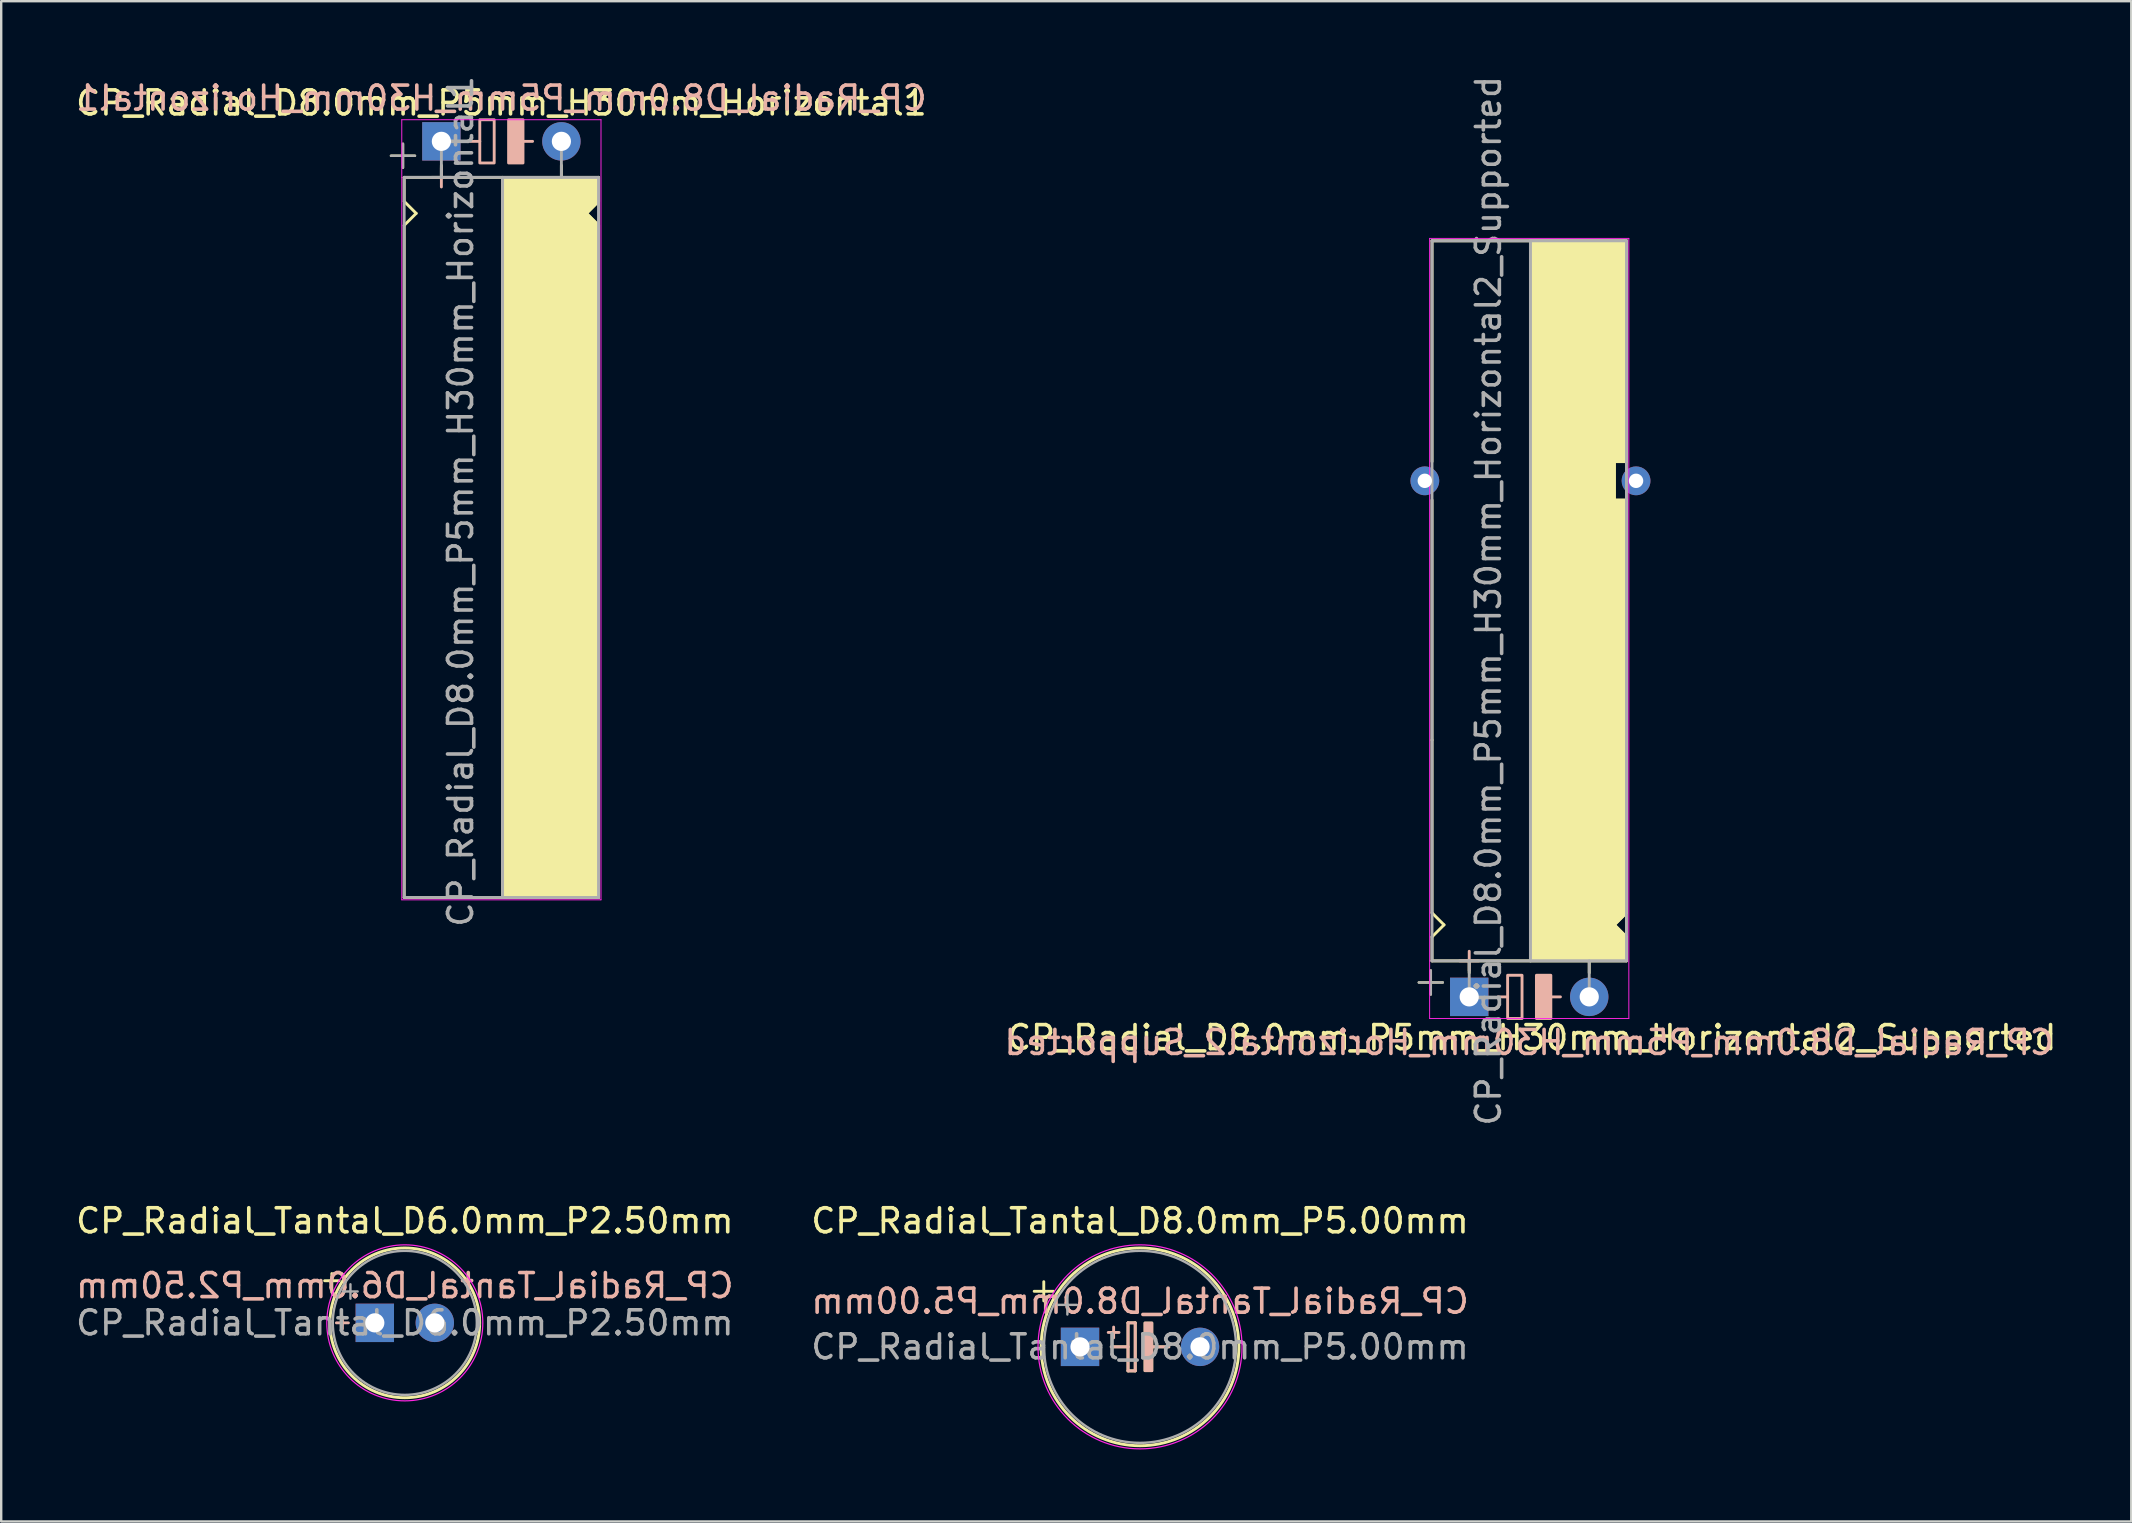
<source format=kicad_pcb>
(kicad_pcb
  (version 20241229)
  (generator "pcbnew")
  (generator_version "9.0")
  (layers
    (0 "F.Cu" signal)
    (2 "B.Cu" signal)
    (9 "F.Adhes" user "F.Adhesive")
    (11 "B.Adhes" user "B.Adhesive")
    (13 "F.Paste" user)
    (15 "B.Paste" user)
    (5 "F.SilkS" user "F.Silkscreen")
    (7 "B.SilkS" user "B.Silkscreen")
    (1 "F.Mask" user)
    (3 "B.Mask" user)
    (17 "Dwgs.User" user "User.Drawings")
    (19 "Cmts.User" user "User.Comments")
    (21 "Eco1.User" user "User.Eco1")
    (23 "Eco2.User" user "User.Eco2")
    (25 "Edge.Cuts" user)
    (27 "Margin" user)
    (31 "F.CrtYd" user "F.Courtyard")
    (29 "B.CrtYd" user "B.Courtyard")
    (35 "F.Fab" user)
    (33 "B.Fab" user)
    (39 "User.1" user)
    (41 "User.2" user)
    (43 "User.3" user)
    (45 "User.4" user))
  (footprint "CP_Radial_Tantal_D8.0mm_P5.00mm"
    (layer "F.Cu")
    (at 41.946 53.063)
    (property "Reference" "CP_Radial_Tantal_D8.0mm_P5.00mm" (at 2.5 -5.25 0) (layer "F.SilkS") (effects (font (size 1 1) (thickness 0.15))))
    (fp_line (start -1.91 -2.315) (end -1.11 -2.315) (stroke (width 0.12) (type solid)) (layer "F.SilkS"))
    (fp_line (start -1.51 -2.715) (end -1.51 -1.915) (stroke (width 0.12) (type solid)) (layer "F.SilkS"))
    (fp_line (start 1.3 0) (end 2 0) (stroke (width 0.12) (type solid)) (layer "F.SilkS"))
    (fp_line (start 2 -1) (end 2.3 -1) (stroke (width 0.12) (type solid)) (layer "F.SilkS"))
    (fp_line (start 2 1) (end 2 -1) (stroke (width 0.12) (type solid)) (layer "F.SilkS"))
    (fp_line (start 2.3 -1) (end 2.3 1) (stroke (width 0.12) (type solid)) (layer "F.SilkS"))
    (fp_line (start 2.3 1) (end 2 1) (stroke (width 0.12) (type solid)) (layer "F.SilkS"))
    (fp_line (start 3.7 0) (end 3 0) (stroke (width 0.12) (type solid)) (layer "F.SilkS"))
    (fp_circle (center 2.5 0) (end 6.62 0) (stroke (width 0.12) (type solid)) (fill no) (layer "F.SilkS"))
    (fp_poly (pts (xy 3 1) (xy 2.7 1) (xy 2.7 -1) (xy 3 -1)) (stroke (width 0.1) (type solid)) (fill yes) (layer "F.SilkS"))
    (fp_line (start 1.3 0) (end 2 0) (stroke (width 0.12) (type solid)) (layer "B.SilkS"))
    (fp_line (start 1.4 -0.825) (end 1.4 -0.375) (stroke (width 0.12) (type solid)) (layer "B.SilkS"))
    (fp_line (start 1.625 -0.6) (end 1.175 -0.6) (stroke (width 0.12) (type solid)) (layer "B.SilkS"))
    (fp_line (start 2 -1) (end 2.3 -1) (stroke (width 0.12) (type solid)) (layer "B.SilkS"))
    (fp_line (start 2 1) (end 2 -1) (stroke (width 0.12) (type solid)) (layer "B.SilkS"))
    (fp_line (start 2.3 -1) (end 2.3 1) (stroke (width 0.12) (type solid)) (layer "B.SilkS"))
    (fp_line (start 2.3 1) (end 2 1) (stroke (width 0.12) (type solid)) (layer "B.SilkS"))
    (fp_line (start 3.7 0) (end 3 0) (stroke (width 0.12) (type solid)) (layer "B.SilkS"))
    (fp_poly (pts (xy 3 1) (xy 2.7 1) (xy 2.7 -1) (xy 3 -1)) (stroke (width 0.1) (type solid)) (fill yes) (layer "B.SilkS"))
    (fp_circle (center 2.5 0) (end 6.75 0) (stroke (width 0.05) (type solid)) (fill no) (layer "F.CrtYd"))
    (fp_line (start -0.927 -1.748) (end -0.127 -1.748) (stroke (width 0.1) (type solid)) (layer "F.Fab"))
    (fp_line (start -0.527 -2.147) (end -0.527 -1.347) (stroke (width 0.1) (type solid)) (layer "F.Fab"))
    (fp_circle (center 2.5 0) (end 6.5 0) (stroke (width 0.1) (type solid)) (fill no) (layer "F.Fab"))
    (fp_text user "${REFERENCE}" (at 2.5 -1.9 0) (layer "B.SilkS") (effects (font (size 1 1) (thickness 0.15)) (justify mirror)))
    (fp_text user "${REFERENCE}" (at 2.5 0 0) (layer "F.Fab") (effects (font (size 1 1) (thickness 0.15))))
    (pad "1" thru_hole rect (at 0 0) (size 1.6 1.6) (drill 0.8) (layers "*.Cu" "*.Mask"))
    (pad "2" thru_hole circle (at 5 0) (size 1.6 1.6) (drill 0.8) (layers "*.Cu" "*.Mask")))
  (footprint "CP_Radial_Tantal_D6.0mm_P2.50mm"
    (layer "F.Cu")
    (at 12.565 52.063)
    (property "Reference" "CP_Radial_Tantal_D6.0mm_P2.50mm" (at 1.25 -4.25 0) (layer "F.SilkS") (effects (font (size 1 1) (thickness 0.15))))
    (fp_line (start -2.09 -1.755) (end -1.49 -1.755) (stroke (width 0.12) (type solid)) (layer "F.SilkS"))
    (fp_line (start -1.79 -2.055) (end -1.79 -1.455) (stroke (width 0.12) (type solid)) (layer "F.SilkS"))
    (fp_circle (center 1.25 0) (end 4.37 0) (stroke (width 0.12) (type solid)) (fill no) (layer "F.SilkS"))
    (fp_line (start -1.35 -0.25) (end -1.35 0.25) (stroke (width 0.12) (type solid)) (layer "B.SilkS"))
    (fp_line (start -1.1 0) (end -1.6 0) (stroke (width 0.12) (type solid)) (layer "B.SilkS"))
    (fp_circle (center 1.25 0) (end 4.5 0) (stroke (width 0.05) (type solid)) (fill no) (layer "F.CrtYd"))
    (fp_line (start -1.315 -1.308) (end -0.715 -1.308) (stroke (width 0.1) (type solid)) (layer "F.Fab"))
    (fp_line (start -1.015 -1.607) (end -1.015 -1.008) (stroke (width 0.1) (type solid)) (layer "F.Fab"))
    (fp_circle (center 1.25 0) (end 4.25 0) (stroke (width 0.1) (type solid)) (fill no) (layer "F.Fab"))
    (fp_text user "${REFERENCE}" (at 1.25 -1.55 0) (layer "B.SilkS") (effects (font (size 1 1) (thickness 0.15)) (justify mirror)))
    (fp_text user "${REFERENCE}" (at 1.25 0 0) (layer "F.Fab") (effects (font (size 1 1) (thickness 0.15))))
    (pad "1" thru_hole rect (at 0 0) (size 1.6 1.6) (drill 0.8) (layers "*.Cu" "*.Mask"))
    (pad "2" thru_hole circle (at 2.5 0) (size 1.6 1.6) (drill 0.8) (layers "*.Cu" "*.Mask")))
  (footprint "CP_Radial_D8.0mm_P5mm_H30mm_Horizontal2_Supported"
    (layer "F.Cu")
    (at 58.961 38.482)
    (property "Reference" "CP_Radial_D8.0mm_P5mm_H30mm_Horizontal2_Supported" (at 1.8 1.7 0) (layer "F.SilkS") (effects (font (size 1 1) (thickness 0.15))))
    (fp_line (start -2.9 -0.6) (end -1.9 -0.6) (stroke (width 0.1) (type solid)) (layer "F.SilkS"))
    (fp_line (start -2.4 -0.1) (end -2.4 -1.1) (stroke (width 0.1) (type solid)) (layer "F.SilkS"))
    (fp_line (start -2.35 -31.5) (end 5.65 -31.5) (stroke (width 0.12) (type solid)) (layer "F.SilkS"))
    (fp_line (start -2.35 -22.3) (end -2.35 -31.5) (stroke (width 0.12) (type solid)) (layer "F.SilkS"))
    (fp_line (start -2.35 -10.7) (end -2.35 -20.7) (stroke (width 0.12) (type solid)) (layer "F.SilkS"))
    (fp_line (start -2.35 -10.7) (end -2.35 -3.5) (stroke (width 0.12) (type solid)) (layer "F.SilkS"))
    (fp_line (start -2.35 -2.5) (end -1.85 -3) (stroke (width 0.12) (type solid)) (layer "F.SilkS"))
    (fp_line (start -2.35 -1.5) (end -2.35 -2.5) (stroke (width 0.12) (type solid)) (layer "F.SilkS"))
    (fp_line (start -2.35 -1.5) (end 5.75 -1.5) (stroke (width 0.12) (type solid)) (layer "F.SilkS"))
    (fp_line (start -1.85 -3) (end -2.35 -3.5) (stroke (width 0.12) (type solid)) (layer "F.SilkS"))
    (fp_line (start -0.8 -1) (end -0.8 -1.5) (stroke (width 0.12) (type solid)) (layer "F.SilkS"))
    (fp_line (start 1.75 -31.5) (end 1.75 -1.5) (stroke (width 0.12) (type solid)) (layer "F.SilkS"))
    (fp_line (start 4.2 -1) (end 4.2 -1.5) (stroke (width 0.12) (type solid)) (layer "F.SilkS"))
    (fp_line (start 5.25 -22.3) (end 5.75 -22.3) (stroke (width 0.12) (type solid)) (layer "F.SilkS"))
    (fp_line (start 5.25 -20.7) (end 5.25 -22.3) (stroke (width 0.12) (type solid)) (layer "F.SilkS"))
    (fp_line (start 5.25 -3) (end 5.75 -2.5) (stroke (width 0.12) (type solid)) (layer "F.SilkS"))
    (fp_line (start 5.75 -31.5) (end 5.65 -31.5) (stroke (width 0.12) (type solid)) (layer "F.SilkS"))
    (fp_line (start 5.75 -22.3) (end 5.75 -31.5) (stroke (width 0.12) (type solid)) (layer "F.SilkS"))
    (fp_line (start 5.75 -20.7) (end 5.25 -20.7) (stroke (width 0.12) (type solid)) (layer "F.SilkS"))
    (fp_line (start 5.75 -20.7) (end 5.75 -10.7) (stroke (width 0.12) (type solid)) (layer "F.SilkS"))
    (fp_line (start 5.75 -10.7) (end 5.75 -3.5) (stroke (width 0.12) (type solid)) (layer "F.SilkS"))
    (fp_line (start 5.75 -3.5) (end 5.25 -3) (stroke (width 0.12) (type solid)) (layer "F.SilkS"))
    (fp_line (start 5.75 -2.5) (end 5.75 -1.5) (stroke (width 0.12) (type solid)) (layer "F.SilkS"))
    (fp_poly (pts (xy 5.75 -2.5) (xy 5.25 -3) (xy 5.75 -3.5) (xy 5.75 -20.7) (xy 5.25 -20.7) (xy 5.25 -22.3) (xy 5.75 -22.3) (xy 5.75 -31.5) (xy 1.75 -31.5) (xy 1.75 -1.5) (xy 5.75 -1.5)) (stroke (width 0.1) (type solid)) (fill yes) (layer "F.SilkS"))
    (fp_line (start -0.8 -1.9) (end -0.8 -1.1) (stroke (width 0.12) (type solid)) (layer "B.SilkS"))
    (fp_line (start -0.4 -1.5) (end -1.2 -1.5) (stroke (width 0.12) (type solid)) (layer "B.SilkS"))
    (fp_line (start 0.8 0) (end 0.4 0) (stroke (width 0.12) (type solid)) (layer "B.SilkS"))
    (fp_line (start 3 0) (end 2.6 0) (stroke (width 0.12) (type solid)) (layer "B.SilkS"))
    (fp_rect (start 1.4 -0.9) (end 0.8 0.9) (stroke (width 0.12) (type solid)) (fill no) (layer "B.SilkS"))
    (fp_rect (start 2.6 -0.9) (end 2 0.9) (stroke (width 0.12) (type solid)) (fill yes) (layer "B.SilkS"))
    (fp_line (start -2.45 -31.6) (end -2.45 -1.5) (stroke (width 0.04) (type solid)) (layer "F.CrtYd"))
    (fp_line (start -2.45 -1.5) (end -2.45 0.9) (stroke (width 0.04) (type solid)) (layer "F.CrtYd"))
    (fp_line (start -2.45 0.9) (end 5.85 0.9) (stroke (width 0.04) (type solid)) (layer "F.CrtYd"))
    (fp_line (start 5.85 -31.6) (end -2.45 -31.6) (stroke (width 0.04) (type solid)) (layer "F.CrtYd"))
    (fp_line (start 5.85 0.9) (end 5.85 -31.6) (stroke (width 0.04) (type solid)) (layer "F.CrtYd"))
    (fp_line (start -2.9 -0.6) (end -1.9 -0.6) (stroke (width 0.1) (type solid)) (layer "F.Fab"))
    (fp_line (start -2.4 -0.1) (end -2.4 -1.1) (stroke (width 0.1) (type solid)) (layer "F.Fab"))
    (fp_line (start -2.35 -31.5) (end -2.35 -1.5) (stroke (width 0.12) (type solid)) (layer "F.Fab"))
    (fp_line (start -2.35 -1.5) (end 5.75 -1.5) (stroke (width 0.12) (type solid)) (layer "F.Fab"))
    (fp_line (start -0.8 -1.5) (end -0.8 0) (stroke (width 0.12) (type solid)) (layer "F.Fab"))
    (fp_line (start 1.75 -1.5) (end 1.75 -31.5) (stroke (width 0.12) (type solid)) (layer "F.Fab"))
    (fp_line (start 4.2 -1.5) (end 4.2 0) (stroke (width 0.12) (type solid)) (layer "F.Fab"))
    (fp_line (start 5.75 -31.5) (end -2.35 -31.5) (stroke (width 0.12) (type solid)) (layer "F.Fab"))
    (fp_line (start 5.75 -1.5) (end 5.75 -31.5) (stroke (width 0.12) (type solid)) (layer "F.Fab"))
    (fp_poly (pts (xy 5.75 -1.5) (xy 1.75 -1.5) (xy 1.75 -31.5) (xy 5.75 -31.5)) (stroke (width 0.1) (type solid)) (fill no) (layer "F.Fab"))
    (fp_text user "${REFERENCE}" (at 1.7 1.9 0) (layer "B.SilkS") (effects (font (size 1 1) (thickness 0.15)) (justify mirror)))
    (fp_text user "${REFERENCE}" (at 0 -16.5 90) (layer "F.Fab") (effects (font (size 1 1) (thickness 0.15))))
    (pad "1" thru_hole rect (at -0.8 0) (size 1.6 1.6) (drill 0.8) (layers "*.Cu" "*.Mask"))
    (pad "2" thru_hole circle (at 4.2 0) (size 1.6 1.6) (drill 0.8) (layers "*.Cu" "*.Mask"))
    (pad "~" thru_hole circle (at -2.65 -21.5 180) (size 1.2 1.2) (drill 0.6) (layers "*.Cu" "*.Mask"))
    (pad "~" thru_hole circle (at 6.15 -21.5 180) (size 1.2 1.2) (drill 0.6) (layers "*.Cu" "*.Mask")))
  (footprint "CP_Radial_D8.0mm_P5mm_H30mm_Horizontal1"
    (layer "F.Cu")
    (at 16.139 2.839)
    (property "Reference" "CP_Radial_D8.0mm_P5mm_H30mm_Horizontal1" (at 1.7 -1.6 0) (layer "F.SilkS") (effects (font (size 1 1) (thickness 0.15))))
    (fp_line (start -2.9 0.6) (end -1.9 0.6) (stroke (width 0.1) (type solid)) (layer "F.SilkS"))
    (fp_line (start -2.4 1.1) (end -2.4 0.1) (stroke (width 0.1) (type solid)) (layer "F.SilkS"))
    (fp_line (start -2.35 1.5) (end 5.75 1.5) (stroke (width 0.12) (type solid)) (layer "F.SilkS"))
    (fp_line (start -2.35 2.5) (end -2.35 1.5) (stroke (width 0.12) (type solid)) (layer "F.SilkS"))
    (fp_line (start -2.35 3.5) (end -2.35 31.5) (stroke (width 0.12) (type solid)) (layer "F.SilkS"))
    (fp_line (start -2.35 3.5) (end -1.85 3) (stroke (width 0.12) (type solid)) (layer "F.SilkS"))
    (fp_line (start -2.35 31.5) (end 5.75 31.5) (stroke (width 0.12) (type solid)) (layer "F.SilkS"))
    (fp_line (start -1.85 3) (end -2.35 2.5) (stroke (width 0.12) (type solid)) (layer "F.SilkS"))
    (fp_line (start -0.8 1) (end -0.8 1.5) (stroke (width 0.12) (type solid)) (layer "F.SilkS"))
    (fp_line (start 1.75 31.5) (end 1.75 1.5) (stroke (width 0.12) (type solid)) (layer "F.SilkS"))
    (fp_line (start 4.2 1) (end 4.2 1.5) (stroke (width 0.12) (type solid)) (layer "F.SilkS"))
    (fp_line (start 5.25 3) (end 5.75 2.5) (stroke (width 0.12) (type solid)) (layer "F.SilkS"))
    (fp_line (start 5.75 2.5) (end 5.75 1.5) (stroke (width 0.12) (type solid)) (layer "F.SilkS"))
    (fp_line (start 5.75 3.5) (end 5.25 3) (stroke (width 0.12) (type solid)) (layer "F.SilkS"))
    (fp_line (start 5.75 3.5) (end 5.75 31.5) (stroke (width 0.12) (type solid)) (layer "F.SilkS"))
    (fp_line (start 5.75 21.5) (end 5.65 21.5) (stroke (width 0.12) (type solid)) (layer "F.SilkS"))
    (fp_poly (pts (xy 5.75 2.5) (xy 5.25 3) (xy 5.75 3.5) (xy 5.75 31.5) (xy 1.75 31.5) (xy 1.75 1.5) (xy 5.75 1.5)) (stroke (width 0.1) (type solid)) (fill yes) (layer "F.SilkS"))
    (fp_line (start -0.8 1.1) (end -0.8 1.9) (stroke (width 0.12) (type solid)) (layer "B.SilkS"))
    (fp_line (start -0.4 1.5) (end -1.2 1.5) (stroke (width 0.12) (type solid)) (layer "B.SilkS"))
    (fp_line (start 0.8 0) (end 0.4 0) (stroke (width 0.12) (type solid)) (layer "B.SilkS"))
    (fp_line (start 3 0) (end 2.6 0) (stroke (width 0.12) (type solid)) (layer "B.SilkS"))
    (fp_rect (start 1.4 -0.9) (end 0.8 0.9) (stroke (width 0.12) (type solid)) (fill no) (layer "B.SilkS"))
    (fp_rect (start 2.6 -0.9) (end 2 0.9) (stroke (width 0.12) (type solid)) (fill yes) (layer "B.SilkS"))
    (fp_line (start -2.45 -0.9) (end 5.85 -0.9) (stroke (width 0.04) (type solid)) (layer "F.CrtYd"))
    (fp_line (start -2.45 1.5) (end -2.45 -0.9) (stroke (width 0.04) (type solid)) (layer "F.CrtYd"))
    (fp_line (start -2.45 31.6) (end -2.45 1.5) (stroke (width 0.04) (type solid)) (layer "F.CrtYd"))
    (fp_line (start 5.85 -0.9) (end 5.85 31.6) (stroke (width 0.04) (type solid)) (layer "F.CrtYd"))
    (fp_line (start 5.85 31.6) (end -2.45 31.6) (stroke (width 0.04) (type solid)) (layer "F.CrtYd"))
    (fp_line (start -2.9 0.6) (end -1.9 0.6) (stroke (width 0.1) (type solid)) (layer "F.Fab"))
    (fp_line (start -2.4 1.1) (end -2.4 0.1) (stroke (width 0.1) (type solid)) (layer "F.Fab"))
    (fp_line (start -2.35 1.5) (end 5.75 1.5) (stroke (width 0.12) (type solid)) (layer "F.Fab"))
    (fp_line (start -2.35 31.5) (end -2.35 1.5) (stroke (width 0.12) (type solid)) (layer "F.Fab"))
    (fp_line (start -0.8 1.5) (end -0.8 0) (stroke (width 0.12) (type solid)) (layer "F.Fab"))
    (fp_line (start 1.75 1.5) (end 1.75 31.5) (stroke (width 0.12) (type solid)) (layer "F.Fab"))
    (fp_line (start 4.2 1.5) (end 4.2 0) (stroke (width 0.12) (type solid)) (layer "F.Fab"))
    (fp_line (start 5.75 1.5) (end 5.75 31.5) (stroke (width 0.12) (type solid)) (layer "F.Fab"))
    (fp_line (start 5.75 31.5) (end -2.35 31.5) (stroke (width 0.12) (type solid)) (layer "F.Fab"))
    (fp_poly (pts (xy 5.75 31.5) (xy 1.75 31.5) (xy 1.75 1.5) (xy 5.75 1.5)) (stroke (width 0.1) (type solid)) (fill no) (layer "F.Fab"))
    (fp_text user "${REFERENCE}" (at 1.7 -1.8 0) (layer "B.SilkS") (effects (font (size 1 1) (thickness 0.15)) (justify mirror)))
    (fp_text user "${REFERENCE}" (at 0 15 90) (layer "F.Fab") (effects (font (size 1 1) (thickness 0.15))))
    (pad "1" thru_hole rect (at -0.8 0) (size 1.6 1.6) (drill 0.8) (layers "*.Cu" "*.Mask"))
    (pad "2" thru_hole circle (at 4.2 0) (size 1.6 1.6) (drill 0.8) (layers "*.Cu" "*.Mask")))
  (gr_rect
    (start -3 -3)
    (end 85.743 60.338)
    (stroke (width 0.1) (type default))
    (fill no)
    (layer "Edge.Cuts")))
</source>
